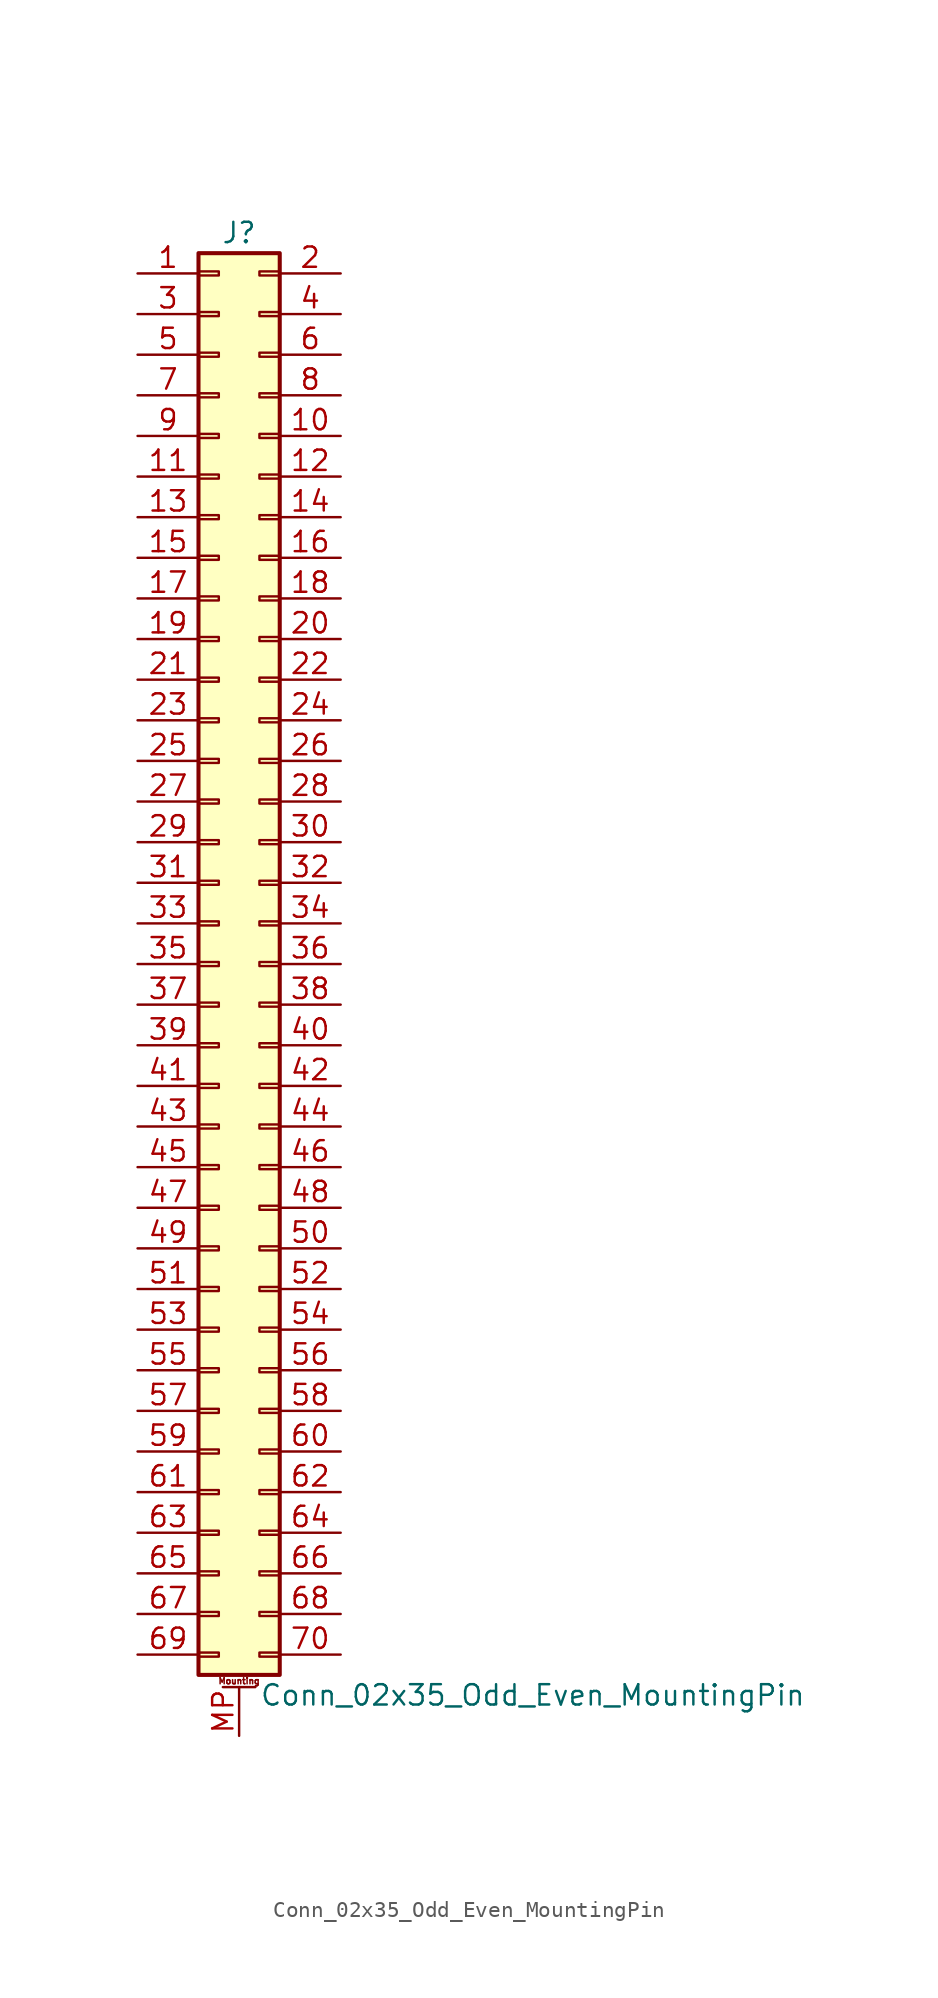
<source format=kicad_sym>
(kicad_symbol_lib
  (version 20201005)
  (generator kicad_symbol_editor)
  (symbol "Conn_02x35_Odd_Even_MountingPin"
    (pin_names
      (offset 1.016) hide)
    (property "Reference" "J"
      (at 1.27 45.72 0)
      (effects (font (size 1.27 1.27))))
    (property "Value" "Conn_02x35_Odd_Even_MountingPin"
      (at 2.54 -45.72 0)
      (effects (font (size 1.27 1.27)) (justify left)))
    (symbol "Conn_02x35_Odd_Even_MountingPin_1_1"
      (text "Mounting" (at 1.27 -44.831 0) (effects (font (size 0.381 0.381))))
      (rectangle (start -1.27 -43.053) (end 0 -43.307) (stroke (width 0.152)) (fill (type none)))
      (rectangle (start -1.27 -40.513) (end 0 -40.767) (stroke (width 0.152)) (fill (type none)))
      (rectangle (start -1.27 -37.973) (end 0 -38.227) (stroke (width 0.152)) (fill (type none)))
      (rectangle (start -1.27 -35.433) (end 0 -35.687) (stroke (width 0.152)) (fill (type none)))
      (rectangle (start -1.27 -32.893) (end 0 -33.147) (stroke (width 0.152)) (fill (type none)))
      (rectangle (start -1.27 -30.353) (end 0 -30.607) (stroke (width 0.152)) (fill (type none)))
      (rectangle (start -1.27 -27.813) (end 0 -28.067) (stroke (width 0.152)) (fill (type none)))
      (rectangle (start -1.27 -25.273) (end 0 -25.527) (stroke (width 0.152)) (fill (type none)))
      (rectangle (start -1.27 -22.733) (end 0 -22.987) (stroke (width 0.152)) (fill (type none)))
      (rectangle (start -1.27 -20.193) (end 0 -20.447) (stroke (width 0.152)) (fill (type none)))
      (rectangle (start -1.27 -17.653) (end 0 -17.907) (stroke (width 0.152)) (fill (type none)))
      (rectangle (start -1.27 -15.113) (end 0 -15.367) (stroke (width 0.152)) (fill (type none)))
      (rectangle (start -1.27 -12.573) (end 0 -12.827) (stroke (width 0.152)) (fill (type none)))
      (rectangle (start -1.27 -10.033) (end 0 -10.287) (stroke (width 0.152)) (fill (type none)))
      (rectangle (start -1.27 -7.493) (end 0 -7.747) (stroke (width 0.152)) (fill (type none)))
      (rectangle (start -1.27 -4.953) (end 0 -5.207) (stroke (width 0.152)) (fill (type none)))
      (rectangle (start -1.27 -2.413) (end 0 -2.667) (stroke (width 0.152)) (fill (type none)))
      (rectangle (start -1.27 0.127) (end 0 -0.127) (stroke (width 0.152)) (fill (type none)))
      (rectangle (start -1.27 2.667) (end 0 2.413) (stroke (width 0.152)) (fill (type none)))
      (rectangle (start -1.27 5.207) (end 0 4.953) (stroke (width 0.152)) (fill (type none)))
      (rectangle (start -1.27 7.747) (end 0 7.493) (stroke (width 0.152)) (fill (type none)))
      (rectangle (start -1.27 10.287) (end 0 10.033) (stroke (width 0.152)) (fill (type none)))
      (rectangle (start -1.27 12.827) (end 0 12.573) (stroke (width 0.152)) (fill (type none)))
      (rectangle (start -1.27 15.367) (end 0 15.113) (stroke (width 0.152)) (fill (type none)))
      (rectangle (start -1.27 17.907) (end 0 17.653) (stroke (width 0.152)) (fill (type none)))
      (rectangle (start -1.27 20.447) (end 0 20.193) (stroke (width 0.152)) (fill (type none)))
      (rectangle (start -1.27 22.987) (end 0 22.733) (stroke (width 0.152)) (fill (type none)))
      (rectangle (start -1.27 25.527) (end 0 25.273) (stroke (width 0.152)) (fill (type none)))
      (rectangle (start -1.27 28.067) (end 0 27.813) (stroke (width 0.152)) (fill (type none)))
      (rectangle (start -1.27 30.607) (end 0 30.353) (stroke (width 0.152)) (fill (type none)))
      (rectangle (start -1.27 33.147) (end 0 32.893) (stroke (width 0.152)) (fill (type none)))
      (rectangle (start -1.27 35.687) (end 0 35.433) (stroke (width 0.152)) (fill (type none)))
      (rectangle (start -1.27 38.227) (end 0 37.973) (stroke (width 0.152)) (fill (type none)))
      (rectangle (start -1.27 40.767) (end 0 40.513) (stroke (width 0.152)) (fill (type none)))
      (rectangle (start -1.27 43.307) (end 0 43.053) (stroke (width 0.152)) (fill (type none)))
      (rectangle (start -1.27 44.45) (end 3.81 -44.45) (stroke (width 0.254)) (fill (type background)))
      (rectangle (start 3.81 -43.053) (end 2.54 -43.307) (stroke (width 0.152)) (fill (type none)))
      (rectangle (start 3.81 -40.513) (end 2.54 -40.767) (stroke (width 0.152)) (fill (type none)))
      (rectangle (start 3.81 -37.973) (end 2.54 -38.227) (stroke (width 0.152)) (fill (type none)))
      (rectangle (start 3.81 -35.433) (end 2.54 -35.687) (stroke (width 0.152)) (fill (type none)))
      (rectangle (start 3.81 -32.893) (end 2.54 -33.147) (stroke (width 0.152)) (fill (type none)))
      (rectangle (start 3.81 -30.353) (end 2.54 -30.607) (stroke (width 0.152)) (fill (type none)))
      (rectangle (start 3.81 -27.813) (end 2.54 -28.067) (stroke (width 0.152)) (fill (type none)))
      (rectangle (start 3.81 -25.273) (end 2.54 -25.527) (stroke (width 0.152)) (fill (type none)))
      (rectangle (start 3.81 -22.733) (end 2.54 -22.987) (stroke (width 0.152)) (fill (type none)))
      (rectangle (start 3.81 -20.193) (end 2.54 -20.447) (stroke (width 0.152)) (fill (type none)))
      (rectangle (start 3.81 -17.653) (end 2.54 -17.907) (stroke (width 0.152)) (fill (type none)))
      (rectangle (start 3.81 -15.113) (end 2.54 -15.367) (stroke (width 0.152)) (fill (type none)))
      (rectangle (start 3.81 -12.573) (end 2.54 -12.827) (stroke (width 0.152)) (fill (type none)))
      (rectangle (start 3.81 -10.033) (end 2.54 -10.287) (stroke (width 0.152)) (fill (type none)))
      (rectangle (start 3.81 -7.493) (end 2.54 -7.747) (stroke (width 0.152)) (fill (type none)))
      (rectangle (start 3.81 -4.953) (end 2.54 -5.207) (stroke (width 0.152)) (fill (type none)))
      (rectangle (start 3.81 -2.413) (end 2.54 -2.667) (stroke (width 0.152)) (fill (type none)))
      (rectangle (start 3.81 0.127) (end 2.54 -0.127) (stroke (width 0.152)) (fill (type none)))
      (rectangle (start 3.81 2.667) (end 2.54 2.413) (stroke (width 0.152)) (fill (type none)))
      (rectangle (start 3.81 5.207) (end 2.54 4.953) (stroke (width 0.152)) (fill (type none)))
      (rectangle (start 3.81 7.747) (end 2.54 7.493) (stroke (width 0.152)) (fill (type none)))
      (rectangle (start 3.81 10.287) (end 2.54 10.033) (stroke (width 0.152)) (fill (type none)))
      (rectangle (start 3.81 12.827) (end 2.54 12.573) (stroke (width 0.152)) (fill (type none)))
      (rectangle (start 3.81 15.367) (end 2.54 15.113) (stroke (width 0.152)) (fill (type none)))
      (rectangle (start 3.81 17.907) (end 2.54 17.653) (stroke (width 0.152)) (fill (type none)))
      (rectangle (start 3.81 20.447) (end 2.54 20.193) (stroke (width 0.152)) (fill (type none)))
      (rectangle (start 3.81 22.987) (end 2.54 22.733) (stroke (width 0.152)) (fill (type none)))
      (rectangle (start 3.81 25.527) (end 2.54 25.273) (stroke (width 0.152)) (fill (type none)))
      (rectangle (start 3.81 28.067) (end 2.54 27.813) (stroke (width 0.152)) (fill (type none)))
      (rectangle (start 3.81 30.607) (end 2.54 30.353) (stroke (width 0.152)) (fill (type none)))
      (rectangle (start 3.81 33.147) (end 2.54 32.893) (stroke (width 0.152)) (fill (type none)))
      (rectangle (start 3.81 35.687) (end 2.54 35.433) (stroke (width 0.152)) (fill (type none)))
      (rectangle (start 3.81 38.227) (end 2.54 37.973) (stroke (width 0.152)) (fill (type none)))
      (rectangle (start 3.81 40.767) (end 2.54 40.513) (stroke (width 0.152)) (fill (type none)))
      (rectangle (start 3.81 43.307) (end 2.54 43.053) (stroke (width 0.152)) (fill (type none)))
      (polyline (pts (xy 0.254 -45.212) (xy 2.286 -45.212)) (stroke (width 0.152)) (fill (type none)))
      (pin passive line (at -5.08 43.18 0) (length 3.81) (name "Pin_1" (effects (font (size 1.27 1.27)))) (number "1" (effects (font (size 1.27 1.27)))))
      (pin passive line (at 7.62 33.02 180) (length 3.81) (name "Pin_10" (effects (font (size 1.27 1.27)))) (number "10" (effects (font (size 1.27 1.27)))))
      (pin passive line (at -5.08 30.48 0) (length 3.81) (name "Pin_11" (effects (font (size 1.27 1.27)))) (number "11" (effects (font (size 1.27 1.27)))))
      (pin passive line (at 7.62 30.48 180) (length 3.81) (name "Pin_12" (effects (font (size 1.27 1.27)))) (number "12" (effects (font (size 1.27 1.27)))))
      (pin passive line (at -5.08 27.94 0) (length 3.81) (name "Pin_13" (effects (font (size 1.27 1.27)))) (number "13" (effects (font (size 1.27 1.27)))))
      (pin passive line (at 7.62 27.94 180) (length 3.81) (name "Pin_14" (effects (font (size 1.27 1.27)))) (number "14" (effects (font (size 1.27 1.27)))))
      (pin passive line (at -5.08 25.4 0) (length 3.81) (name "Pin_15" (effects (font (size 1.27 1.27)))) (number "15" (effects (font (size 1.27 1.27)))))
      (pin passive line (at 7.62 25.4 180) (length 3.81) (name "Pin_16" (effects (font (size 1.27 1.27)))) (number "16" (effects (font (size 1.27 1.27)))))
      (pin passive line (at -5.08 22.86 0) (length 3.81) (name "Pin_17" (effects (font (size 1.27 1.27)))) (number "17" (effects (font (size 1.27 1.27)))))
      (pin passive line (at 7.62 22.86 180) (length 3.81) (name "Pin_18" (effects (font (size 1.27 1.27)))) (number "18" (effects (font (size 1.27 1.27)))))
      (pin passive line (at -5.08 20.32 0) (length 3.81) (name "Pin_19" (effects (font (size 1.27 1.27)))) (number "19" (effects (font (size 1.27 1.27)))))
      (pin passive line (at 7.62 43.18 180) (length 3.81) (name "Pin_2" (effects (font (size 1.27 1.27)))) (number "2" (effects (font (size 1.27 1.27)))))
      (pin passive line (at 7.62 20.32 180) (length 3.81) (name "Pin_20" (effects (font (size 1.27 1.27)))) (number "20" (effects (font (size 1.27 1.27)))))
      (pin passive line (at -5.08 17.78 0) (length 3.81) (name "Pin_21" (effects (font (size 1.27 1.27)))) (number "21" (effects (font (size 1.27 1.27)))))
      (pin passive line (at 7.62 17.78 180) (length 3.81) (name "Pin_22" (effects (font (size 1.27 1.27)))) (number "22" (effects (font (size 1.27 1.27)))))
      (pin passive line (at -5.08 15.24 0) (length 3.81) (name "Pin_23" (effects (font (size 1.27 1.27)))) (number "23" (effects (font (size 1.27 1.27)))))
      (pin passive line (at 7.62 15.24 180) (length 3.81) (name "Pin_24" (effects (font (size 1.27 1.27)))) (number "24" (effects (font (size 1.27 1.27)))))
      (pin passive line (at -5.08 12.7 0) (length 3.81) (name "Pin_25" (effects (font (size 1.27 1.27)))) (number "25" (effects (font (size 1.27 1.27)))))
      (pin passive line (at 7.62 12.7 180) (length 3.81) (name "Pin_26" (effects (font (size 1.27 1.27)))) (number "26" (effects (font (size 1.27 1.27)))))
      (pin passive line (at -5.08 10.16 0) (length 3.81) (name "Pin_27" (effects (font (size 1.27 1.27)))) (number "27" (effects (font (size 1.27 1.27)))))
      (pin passive line (at 7.62 10.16 180) (length 3.81) (name "Pin_28" (effects (font (size 1.27 1.27)))) (number "28" (effects (font (size 1.27 1.27)))))
      (pin passive line (at -5.08 7.62 0) (length 3.81) (name "Pin_29" (effects (font (size 1.27 1.27)))) (number "29" (effects (font (size 1.27 1.27)))))
      (pin passive line (at -5.08 40.64 0) (length 3.81) (name "Pin_3" (effects (font (size 1.27 1.27)))) (number "3" (effects (font (size 1.27 1.27)))))
      (pin passive line (at 7.62 7.62 180) (length 3.81) (name "Pin_30" (effects (font (size 1.27 1.27)))) (number "30" (effects (font (size 1.27 1.27)))))
      (pin passive line (at -5.08 5.08 0) (length 3.81) (name "Pin_31" (effects (font (size 1.27 1.27)))) (number "31" (effects (font (size 1.27 1.27)))))
      (pin passive line (at 7.62 5.08 180) (length 3.81) (name "Pin_32" (effects (font (size 1.27 1.27)))) (number "32" (effects (font (size 1.27 1.27)))))
      (pin passive line (at -5.08 2.54 0) (length 3.81) (name "Pin_33" (effects (font (size 1.27 1.27)))) (number "33" (effects (font (size 1.27 1.27)))))
      (pin passive line (at 7.62 2.54 180) (length 3.81) (name "Pin_34" (effects (font (size 1.27 1.27)))) (number "34" (effects (font (size 1.27 1.27)))))
      (pin passive line (at -5.08 0 0) (length 3.81) (name "Pin_35" (effects (font (size 1.27 1.27)))) (number "35" (effects (font (size 1.27 1.27)))))
      (pin passive line (at 7.62 0 180) (length 3.81) (name "Pin_36" (effects (font (size 1.27 1.27)))) (number "36" (effects (font (size 1.27 1.27)))))
      (pin passive line (at -5.08 -2.54 0) (length 3.81) (name "Pin_37" (effects (font (size 1.27 1.27)))) (number "37" (effects (font (size 1.27 1.27)))))
      (pin passive line (at 7.62 -2.54 180) (length 3.81) (name "Pin_38" (effects (font (size 1.27 1.27)))) (number "38" (effects (font (size 1.27 1.27)))))
      (pin passive line (at -5.08 -5.08 0) (length 3.81) (name "Pin_39" (effects (font (size 1.27 1.27)))) (number "39" (effects (font (size 1.27 1.27)))))
      (pin passive line (at 7.62 40.64 180) (length 3.81) (name "Pin_4" (effects (font (size 1.27 1.27)))) (number "4" (effects (font (size 1.27 1.27)))))
      (pin passive line (at 7.62 -5.08 180) (length 3.81) (name "Pin_40" (effects (font (size 1.27 1.27)))) (number "40" (effects (font (size 1.27 1.27)))))
      (pin passive line (at -5.08 -7.62 0) (length 3.81) (name "Pin_41" (effects (font (size 1.27 1.27)))) (number "41" (effects (font (size 1.27 1.27)))))
      (pin passive line (at 7.62 -7.62 180) (length 3.81) (name "Pin_42" (effects (font (size 1.27 1.27)))) (number "42" (effects (font (size 1.27 1.27)))))
      (pin passive line (at -5.08 -10.16 0) (length 3.81) (name "Pin_43" (effects (font (size 1.27 1.27)))) (number "43" (effects (font (size 1.27 1.27)))))
      (pin passive line (at 7.62 -10.16 180) (length 3.81) (name "Pin_44" (effects (font (size 1.27 1.27)))) (number "44" (effects (font (size 1.27 1.27)))))
      (pin passive line (at -5.08 -12.7 0) (length 3.81) (name "Pin_45" (effects (font (size 1.27 1.27)))) (number "45" (effects (font (size 1.27 1.27)))))
      (pin passive line (at 7.62 -12.7 180) (length 3.81) (name "Pin_46" (effects (font (size 1.27 1.27)))) (number "46" (effects (font (size 1.27 1.27)))))
      (pin passive line (at -5.08 -15.24 0) (length 3.81) (name "Pin_47" (effects (font (size 1.27 1.27)))) (number "47" (effects (font (size 1.27 1.27)))))
      (pin passive line (at 7.62 -15.24 180) (length 3.81) (name "Pin_48" (effects (font (size 1.27 1.27)))) (number "48" (effects (font (size 1.27 1.27)))))
      (pin passive line (at -5.08 -17.78 0) (length 3.81) (name "Pin_49" (effects (font (size 1.27 1.27)))) (number "49" (effects (font (size 1.27 1.27)))))
      (pin passive line (at -5.08 38.1 0) (length 3.81) (name "Pin_5" (effects (font (size 1.27 1.27)))) (number "5" (effects (font (size 1.27 1.27)))))
      (pin passive line (at 7.62 -17.78 180) (length 3.81) (name "Pin_50" (effects (font (size 1.27 1.27)))) (number "50" (effects (font (size 1.27 1.27)))))
      (pin passive line (at -5.08 -20.32 0) (length 3.81) (name "Pin_51" (effects (font (size 1.27 1.27)))) (number "51" (effects (font (size 1.27 1.27)))))
      (pin passive line (at 7.62 -20.32 180) (length 3.81) (name "Pin_52" (effects (font (size 1.27 1.27)))) (number "52" (effects (font (size 1.27 1.27)))))
      (pin passive line (at -5.08 -22.86 0) (length 3.81) (name "Pin_53" (effects (font (size 1.27 1.27)))) (number "53" (effects (font (size 1.27 1.27)))))
      (pin passive line (at 7.62 -22.86 180) (length 3.81) (name "Pin_54" (effects (font (size 1.27 1.27)))) (number "54" (effects (font (size 1.27 1.27)))))
      (pin passive line (at -5.08 -25.4 0) (length 3.81) (name "Pin_55" (effects (font (size 1.27 1.27)))) (number "55" (effects (font (size 1.27 1.27)))))
      (pin passive line (at 7.62 -25.4 180) (length 3.81) (name "Pin_56" (effects (font (size 1.27 1.27)))) (number "56" (effects (font (size 1.27 1.27)))))
      (pin passive line (at -5.08 -27.94 0) (length 3.81) (name "Pin_57" (effects (font (size 1.27 1.27)))) (number "57" (effects (font (size 1.27 1.27)))))
      (pin passive line (at 7.62 -27.94 180) (length 3.81) (name "Pin_58" (effects (font (size 1.27 1.27)))) (number "58" (effects (font (size 1.27 1.27)))))
      (pin passive line (at -5.08 -30.48 0) (length 3.81) (name "Pin_59" (effects (font (size 1.27 1.27)))) (number "59" (effects (font (size 1.27 1.27)))))
      (pin passive line (at 7.62 38.1 180) (length 3.81) (name "Pin_6" (effects (font (size 1.27 1.27)))) (number "6" (effects (font (size 1.27 1.27)))))
      (pin passive line (at 7.62 -30.48 180) (length 3.81) (name "Pin_60" (effects (font (size 1.27 1.27)))) (number "60" (effects (font (size 1.27 1.27)))))
      (pin passive line (at -5.08 -33.02 0) (length 3.81) (name "Pin_61" (effects (font (size 1.27 1.27)))) (number "61" (effects (font (size 1.27 1.27)))))
      (pin passive line (at 7.62 -33.02 180) (length 3.81) (name "Pin_62" (effects (font (size 1.27 1.27)))) (number "62" (effects (font (size 1.27 1.27)))))
      (pin passive line (at -5.08 -35.56 0) (length 3.81) (name "Pin_63" (effects (font (size 1.27 1.27)))) (number "63" (effects (font (size 1.27 1.27)))))
      (pin passive line (at 7.62 -35.56 180) (length 3.81) (name "Pin_64" (effects (font (size 1.27 1.27)))) (number "64" (effects (font (size 1.27 1.27)))))
      (pin passive line (at -5.08 -38.1 0) (length 3.81) (name "Pin_65" (effects (font (size 1.27 1.27)))) (number "65" (effects (font (size 1.27 1.27)))))
      (pin passive line (at 7.62 -38.1 180) (length 3.81) (name "Pin_66" (effects (font (size 1.27 1.27)))) (number "66" (effects (font (size 1.27 1.27)))))
      (pin passive line (at -5.08 -40.64 0) (length 3.81) (name "Pin_67" (effects (font (size 1.27 1.27)))) (number "67" (effects (font (size 1.27 1.27)))))
      (pin passive line (at 7.62 -40.64 180) (length 3.81) (name "Pin_68" (effects (font (size 1.27 1.27)))) (number "68" (effects (font (size 1.27 1.27)))))
      (pin passive line (at -5.08 -43.18 0) (length 3.81) (name "Pin_69" (effects (font (size 1.27 1.27)))) (number "69" (effects (font (size 1.27 1.27)))))
      (pin passive line (at -5.08 35.56 0) (length 3.81) (name "Pin_7" (effects (font (size 1.27 1.27)))) (number "7" (effects (font (size 1.27 1.27)))))
      (pin passive line (at 7.62 -43.18 180) (length 3.81) (name "Pin_70" (effects (font (size 1.27 1.27)))) (number "70" (effects (font (size 1.27 1.27)))))
      (pin passive line (at 7.62 35.56 180) (length 3.81) (name "Pin_8" (effects (font (size 1.27 1.27)))) (number "8" (effects (font (size 1.27 1.27)))))
      (pin passive line (at -5.08 33.02 0) (length 3.81) (name "Pin_9" (effects (font (size 1.27 1.27)))) (number "9" (effects (font (size 1.27 1.27)))))
      (pin passive line (at 1.27 -48.26 90) (length 3.048) (name "MountPin" (effects (font (size 1.27 1.27)))) (number "MP" (effects (font (size 1.27 1.27))))))))
</source>
